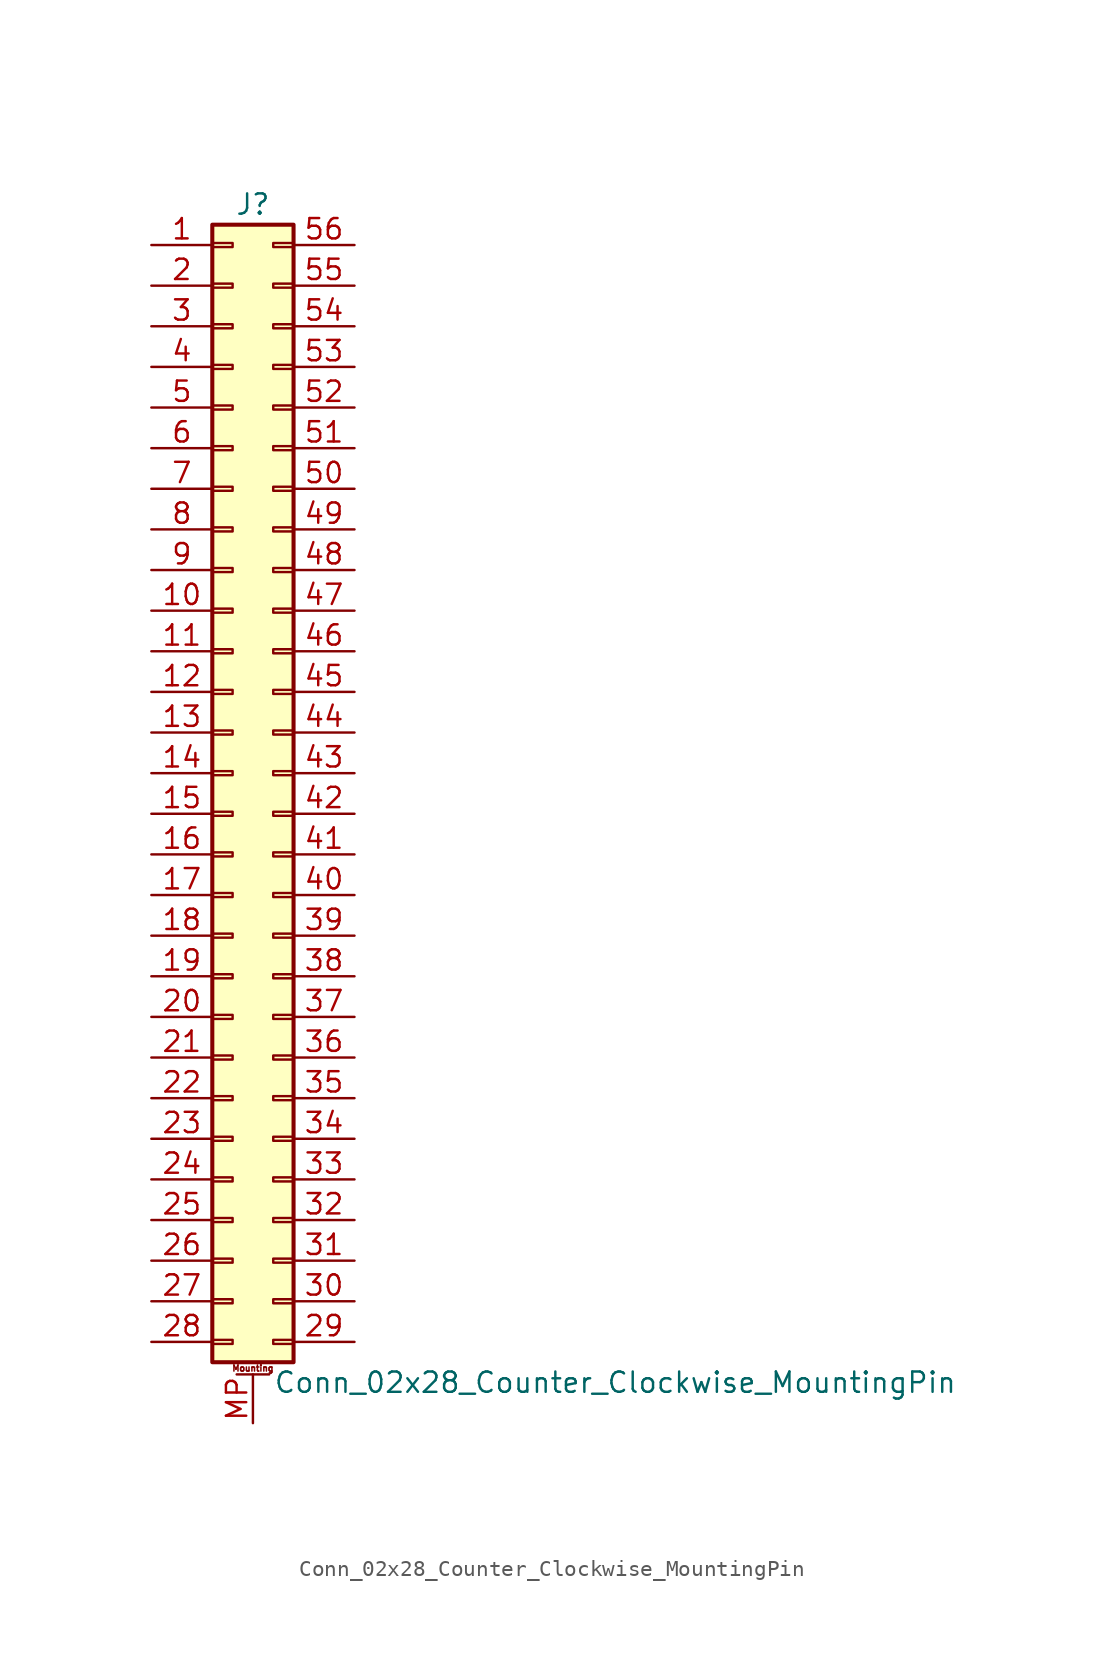
<source format=kicad_sym>
(kicad_symbol_lib
  (version 20220914)
  (generator kicad_symbol_editor)
  (symbol "Conn_02x28_Counter_Clockwise_MountingPin"
    (pin_names
      (offset 1.016) hide)
    (property "Reference" "J"
      (at 1.27 35.56 0)
      (effects (font (size 1.27 1.27))))
    (property "Value" "Conn_02x28_Counter_Clockwise_MountingPin"
      (at 2.54 -38.1 0)
      (effects (font (size 1.27 1.27)) (justify left)))
    (symbol "Conn_02x28_Counter_Clockwise_MountingPin_1_1"
      (rectangle (start -1.27 -35.433) (end 0 -35.687) (stroke (width 0.152) (type default)) (fill (type none)))
      (rectangle (start -1.27 -32.893) (end 0 -33.147) (stroke (width 0.152) (type default)) (fill (type none)))
      (rectangle (start -1.27 -30.353) (end 0 -30.607) (stroke (width 0.152) (type default)) (fill (type none)))
      (rectangle (start -1.27 -27.813) (end 0 -28.067) (stroke (width 0.152) (type default)) (fill (type none)))
      (rectangle (start -1.27 -25.273) (end 0 -25.527) (stroke (width 0.152) (type default)) (fill (type none)))
      (rectangle (start -1.27 -22.733) (end 0 -22.987) (stroke (width 0.152) (type default)) (fill (type none)))
      (rectangle (start -1.27 -20.193) (end 0 -20.447) (stroke (width 0.152) (type default)) (fill (type none)))
      (rectangle (start -1.27 -17.653) (end 0 -17.907) (stroke (width 0.152) (type default)) (fill (type none)))
      (rectangle (start -1.27 -15.113) (end 0 -15.367) (stroke (width 0.152) (type default)) (fill (type none)))
      (rectangle (start -1.27 -12.573) (end 0 -12.827) (stroke (width 0.152) (type default)) (fill (type none)))
      (rectangle (start -1.27 -10.033) (end 0 -10.287) (stroke (width 0.152) (type default)) (fill (type none)))
      (rectangle (start -1.27 -7.493) (end 0 -7.747) (stroke (width 0.152) (type default)) (fill (type none)))
      (rectangle (start -1.27 -4.953) (end 0 -5.207) (stroke (width 0.152) (type default)) (fill (type none)))
      (rectangle (start -1.27 -2.413) (end 0 -2.667) (stroke (width 0.152) (type default)) (fill (type none)))
      (rectangle (start -1.27 0.127) (end 0 -0.127) (stroke (width 0.152) (type default)) (fill (type none)))
      (rectangle (start -1.27 2.667) (end 0 2.413) (stroke (width 0.152) (type default)) (fill (type none)))
      (rectangle (start -1.27 5.207) (end 0 4.953) (stroke (width 0.152) (type default)) (fill (type none)))
      (rectangle (start -1.27 7.747) (end 0 7.493) (stroke (width 0.152) (type default)) (fill (type none)))
      (rectangle (start -1.27 10.287) (end 0 10.033) (stroke (width 0.152) (type default)) (fill (type none)))
      (rectangle (start -1.27 12.827) (end 0 12.573) (stroke (width 0.152) (type default)) (fill (type none)))
      (rectangle (start -1.27 15.367) (end 0 15.113) (stroke (width 0.152) (type default)) (fill (type none)))
      (rectangle (start -1.27 17.907) (end 0 17.653) (stroke (width 0.152) (type default)) (fill (type none)))
      (rectangle (start -1.27 20.447) (end 0 20.193) (stroke (width 0.152) (type default)) (fill (type none)))
      (rectangle (start -1.27 22.987) (end 0 22.733) (stroke (width 0.152) (type default)) (fill (type none)))
      (rectangle (start -1.27 25.527) (end 0 25.273) (stroke (width 0.152) (type default)) (fill (type none)))
      (rectangle (start -1.27 28.067) (end 0 27.813) (stroke (width 0.152) (type default)) (fill (type none)))
      (rectangle (start -1.27 30.607) (end 0 30.353) (stroke (width 0.152) (type default)) (fill (type none)))
      (rectangle (start -1.27 33.147) (end 0 32.893) (stroke (width 0.152) (type default)) (fill (type none)))
      (rectangle (start -1.27 34.29) (end 3.81 -36.83) (stroke (width 0.254) (type default)) (fill (type background)))
      (polyline (pts (xy 0.254 -37.592) (xy 2.286 -37.592)) (stroke (width 0.152) (type default)) (fill (type none)))
      (rectangle (start 3.81 -35.433) (end 2.54 -35.687) (stroke (width 0.152) (type default)) (fill (type none)))
      (rectangle (start 3.81 -32.893) (end 2.54 -33.147) (stroke (width 0.152) (type default)) (fill (type none)))
      (rectangle (start 3.81 -30.353) (end 2.54 -30.607) (stroke (width 0.152) (type default)) (fill (type none)))
      (rectangle (start 3.81 -27.813) (end 2.54 -28.067) (stroke (width 0.152) (type default)) (fill (type none)))
      (rectangle (start 3.81 -25.273) (end 2.54 -25.527) (stroke (width 0.152) (type default)) (fill (type none)))
      (rectangle (start 3.81 -22.733) (end 2.54 -22.987) (stroke (width 0.152) (type default)) (fill (type none)))
      (rectangle (start 3.81 -20.193) (end 2.54 -20.447) (stroke (width 0.152) (type default)) (fill (type none)))
      (rectangle (start 3.81 -17.653) (end 2.54 -17.907) (stroke (width 0.152) (type default)) (fill (type none)))
      (rectangle (start 3.81 -15.113) (end 2.54 -15.367) (stroke (width 0.152) (type default)) (fill (type none)))
      (rectangle (start 3.81 -12.573) (end 2.54 -12.827) (stroke (width 0.152) (type default)) (fill (type none)))
      (rectangle (start 3.81 -10.033) (end 2.54 -10.287) (stroke (width 0.152) (type default)) (fill (type none)))
      (rectangle (start 3.81 -7.493) (end 2.54 -7.747) (stroke (width 0.152) (type default)) (fill (type none)))
      (rectangle (start 3.81 -4.953) (end 2.54 -5.207) (stroke (width 0.152) (type default)) (fill (type none)))
      (rectangle (start 3.81 -2.413) (end 2.54 -2.667) (stroke (width 0.152) (type default)) (fill (type none)))
      (rectangle (start 3.81 0.127) (end 2.54 -0.127) (stroke (width 0.152) (type default)) (fill (type none)))
      (rectangle (start 3.81 2.667) (end 2.54 2.413) (stroke (width 0.152) (type default)) (fill (type none)))
      (rectangle (start 3.81 5.207) (end 2.54 4.953) (stroke (width 0.152) (type default)) (fill (type none)))
      (rectangle (start 3.81 7.747) (end 2.54 7.493) (stroke (width 0.152) (type default)) (fill (type none)))
      (rectangle (start 3.81 10.287) (end 2.54 10.033) (stroke (width 0.152) (type default)) (fill (type none)))
      (rectangle (start 3.81 12.827) (end 2.54 12.573) (stroke (width 0.152) (type default)) (fill (type none)))
      (rectangle (start 3.81 15.367) (end 2.54 15.113) (stroke (width 0.152) (type default)) (fill (type none)))
      (rectangle (start 3.81 17.907) (end 2.54 17.653) (stroke (width 0.152) (type default)) (fill (type none)))
      (rectangle (start 3.81 20.447) (end 2.54 20.193) (stroke (width 0.152) (type default)) (fill (type none)))
      (rectangle (start 3.81 22.987) (end 2.54 22.733) (stroke (width 0.152) (type default)) (fill (type none)))
      (rectangle (start 3.81 25.527) (end 2.54 25.273) (stroke (width 0.152) (type default)) (fill (type none)))
      (rectangle (start 3.81 28.067) (end 2.54 27.813) (stroke (width 0.152) (type default)) (fill (type none)))
      (rectangle (start 3.81 30.607) (end 2.54 30.353) (stroke (width 0.152) (type default)) (fill (type none)))
      (rectangle (start 3.81 33.147) (end 2.54 32.893) (stroke (width 0.152) (type default)) (fill (type none)))
      (text "Mounting" (at 1.27 -37.211 0) (effects (font (size 0.381 0.381))))
      (pin passive line (at -5.08 33.02 0) (length 3.81) (name "Pin_1" (effects (font (size 1.27 1.27)))) (number "1" (effects (font (size 1.27 1.27)))))
      (pin passive line (at -5.08 10.16 0) (length 3.81) (name "Pin_10" (effects (font (size 1.27 1.27)))) (number "10" (effects (font (size 1.27 1.27)))))
      (pin passive line (at -5.08 7.62 0) (length 3.81) (name "Pin_11" (effects (font (size 1.27 1.27)))) (number "11" (effects (font (size 1.27 1.27)))))
      (pin passive line (at -5.08 5.08 0) (length 3.81) (name "Pin_12" (effects (font (size 1.27 1.27)))) (number "12" (effects (font (size 1.27 1.27)))))
      (pin passive line (at -5.08 2.54 0) (length 3.81) (name "Pin_13" (effects (font (size 1.27 1.27)))) (number "13" (effects (font (size 1.27 1.27)))))
      (pin passive line (at -5.08 0 0) (length 3.81) (name "Pin_14" (effects (font (size 1.27 1.27)))) (number "14" (effects (font (size 1.27 1.27)))))
      (pin passive line (at -5.08 -2.54 0) (length 3.81) (name "Pin_15" (effects (font (size 1.27 1.27)))) (number "15" (effects (font (size 1.27 1.27)))))
      (pin passive line (at -5.08 -5.08 0) (length 3.81) (name "Pin_16" (effects (font (size 1.27 1.27)))) (number "16" (effects (font (size 1.27 1.27)))))
      (pin passive line (at -5.08 -7.62 0) (length 3.81) (name "Pin_17" (effects (font (size 1.27 1.27)))) (number "17" (effects (font (size 1.27 1.27)))))
      (pin passive line (at -5.08 -10.16 0) (length 3.81) (name "Pin_18" (effects (font (size 1.27 1.27)))) (number "18" (effects (font (size 1.27 1.27)))))
      (pin passive line (at -5.08 -12.7 0) (length 3.81) (name "Pin_19" (effects (font (size 1.27 1.27)))) (number "19" (effects (font (size 1.27 1.27)))))
      (pin passive line (at -5.08 30.48 0) (length 3.81) (name "Pin_2" (effects (font (size 1.27 1.27)))) (number "2" (effects (font (size 1.27 1.27)))))
      (pin passive line (at -5.08 -15.24 0) (length 3.81) (name "Pin_20" (effects (font (size 1.27 1.27)))) (number "20" (effects (font (size 1.27 1.27)))))
      (pin passive line (at -5.08 -17.78 0) (length 3.81) (name "Pin_21" (effects (font (size 1.27 1.27)))) (number "21" (effects (font (size 1.27 1.27)))))
      (pin passive line (at -5.08 -20.32 0) (length 3.81) (name "Pin_22" (effects (font (size 1.27 1.27)))) (number "22" (effects (font (size 1.27 1.27)))))
      (pin passive line (at -5.08 -22.86 0) (length 3.81) (name "Pin_23" (effects (font (size 1.27 1.27)))) (number "23" (effects (font (size 1.27 1.27)))))
      (pin passive line (at -5.08 -25.4 0) (length 3.81) (name "Pin_24" (effects (font (size 1.27 1.27)))) (number "24" (effects (font (size 1.27 1.27)))))
      (pin passive line (at -5.08 -27.94 0) (length 3.81) (name "Pin_25" (effects (font (size 1.27 1.27)))) (number "25" (effects (font (size 1.27 1.27)))))
      (pin passive line (at -5.08 -30.48 0) (length 3.81) (name "Pin_26" (effects (font (size 1.27 1.27)))) (number "26" (effects (font (size 1.27 1.27)))))
      (pin passive line (at -5.08 -33.02 0) (length 3.81) (name "Pin_27" (effects (font (size 1.27 1.27)))) (number "27" (effects (font (size 1.27 1.27)))))
      (pin passive line (at -5.08 -35.56 0) (length 3.81) (name "Pin_28" (effects (font (size 1.27 1.27)))) (number "28" (effects (font (size 1.27 1.27)))))
      (pin passive line (at 7.62 -35.56 180) (length 3.81) (name "Pin_29" (effects (font (size 1.27 1.27)))) (number "29" (effects (font (size 1.27 1.27)))))
      (pin passive line (at -5.08 27.94 0) (length 3.81) (name "Pin_3" (effects (font (size 1.27 1.27)))) (number "3" (effects (font (size 1.27 1.27)))))
      (pin passive line (at 7.62 -33.02 180) (length 3.81) (name "Pin_30" (effects (font (size 1.27 1.27)))) (number "30" (effects (font (size 1.27 1.27)))))
      (pin passive line (at 7.62 -30.48 180) (length 3.81) (name "Pin_31" (effects (font (size 1.27 1.27)))) (number "31" (effects (font (size 1.27 1.27)))))
      (pin passive line (at 7.62 -27.94 180) (length 3.81) (name "Pin_32" (effects (font (size 1.27 1.27)))) (number "32" (effects (font (size 1.27 1.27)))))
      (pin passive line (at 7.62 -25.4 180) (length 3.81) (name "Pin_33" (effects (font (size 1.27 1.27)))) (number "33" (effects (font (size 1.27 1.27)))))
      (pin passive line (at 7.62 -22.86 180) (length 3.81) (name "Pin_34" (effects (font (size 1.27 1.27)))) (number "34" (effects (font (size 1.27 1.27)))))
      (pin passive line (at 7.62 -20.32 180) (length 3.81) (name "Pin_35" (effects (font (size 1.27 1.27)))) (number "35" (effects (font (size 1.27 1.27)))))
      (pin passive line (at 7.62 -17.78 180) (length 3.81) (name "Pin_36" (effects (font (size 1.27 1.27)))) (number "36" (effects (font (size 1.27 1.27)))))
      (pin passive line (at 7.62 -15.24 180) (length 3.81) (name "Pin_37" (effects (font (size 1.27 1.27)))) (number "37" (effects (font (size 1.27 1.27)))))
      (pin passive line (at 7.62 -12.7 180) (length 3.81) (name "Pin_38" (effects (font (size 1.27 1.27)))) (number "38" (effects (font (size 1.27 1.27)))))
      (pin passive line (at 7.62 -10.16 180) (length 3.81) (name "Pin_39" (effects (font (size 1.27 1.27)))) (number "39" (effects (font (size 1.27 1.27)))))
      (pin passive line (at -5.08 25.4 0) (length 3.81) (name "Pin_4" (effects (font (size 1.27 1.27)))) (number "4" (effects (font (size 1.27 1.27)))))
      (pin passive line (at 7.62 -7.62 180) (length 3.81) (name "Pin_40" (effects (font (size 1.27 1.27)))) (number "40" (effects (font (size 1.27 1.27)))))
      (pin passive line (at 7.62 -5.08 180) (length 3.81) (name "Pin_41" (effects (font (size 1.27 1.27)))) (number "41" (effects (font (size 1.27 1.27)))))
      (pin passive line (at 7.62 -2.54 180) (length 3.81) (name "Pin_42" (effects (font (size 1.27 1.27)))) (number "42" (effects (font (size 1.27 1.27)))))
      (pin passive line (at 7.62 0 180) (length 3.81) (name "Pin_43" (effects (font (size 1.27 1.27)))) (number "43" (effects (font (size 1.27 1.27)))))
      (pin passive line (at 7.62 2.54 180) (length 3.81) (name "Pin_44" (effects (font (size 1.27 1.27)))) (number "44" (effects (font (size 1.27 1.27)))))
      (pin passive line (at 7.62 5.08 180) (length 3.81) (name "Pin_45" (effects (font (size 1.27 1.27)))) (number "45" (effects (font (size 1.27 1.27)))))
      (pin passive line (at 7.62 7.62 180) (length 3.81) (name "Pin_46" (effects (font (size 1.27 1.27)))) (number "46" (effects (font (size 1.27 1.27)))))
      (pin passive line (at 7.62 10.16 180) (length 3.81) (name "Pin_47" (effects (font (size 1.27 1.27)))) (number "47" (effects (font (size 1.27 1.27)))))
      (pin passive line (at 7.62 12.7 180) (length 3.81) (name "Pin_48" (effects (font (size 1.27 1.27)))) (number "48" (effects (font (size 1.27 1.27)))))
      (pin passive line (at 7.62 15.24 180) (length 3.81) (name "Pin_49" (effects (font (size 1.27 1.27)))) (number "49" (effects (font (size 1.27 1.27)))))
      (pin passive line (at -5.08 22.86 0) (length 3.81) (name "Pin_5" (effects (font (size 1.27 1.27)))) (number "5" (effects (font (size 1.27 1.27)))))
      (pin passive line (at 7.62 17.78 180) (length 3.81) (name "Pin_50" (effects (font (size 1.27 1.27)))) (number "50" (effects (font (size 1.27 1.27)))))
      (pin passive line (at 7.62 20.32 180) (length 3.81) (name "Pin_51" (effects (font (size 1.27 1.27)))) (number "51" (effects (font (size 1.27 1.27)))))
      (pin passive line (at 7.62 22.86 180) (length 3.81) (name "Pin_52" (effects (font (size 1.27 1.27)))) (number "52" (effects (font (size 1.27 1.27)))))
      (pin passive line (at 7.62 25.4 180) (length 3.81) (name "Pin_53" (effects (font (size 1.27 1.27)))) (number "53" (effects (font (size 1.27 1.27)))))
      (pin passive line (at 7.62 27.94 180) (length 3.81) (name "Pin_54" (effects (font (size 1.27 1.27)))) (number "54" (effects (font (size 1.27 1.27)))))
      (pin passive line (at 7.62 30.48 180) (length 3.81) (name "Pin_55" (effects (font (size 1.27 1.27)))) (number "55" (effects (font (size 1.27 1.27)))))
      (pin passive line (at 7.62 33.02 180) (length 3.81) (name "Pin_56" (effects (font (size 1.27 1.27)))) (number "56" (effects (font (size 1.27 1.27)))))
      (pin passive line (at -5.08 20.32 0) (length 3.81) (name "Pin_6" (effects (font (size 1.27 1.27)))) (number "6" (effects (font (size 1.27 1.27)))))
      (pin passive line (at -5.08 17.78 0) (length 3.81) (name "Pin_7" (effects (font (size 1.27 1.27)))) (number "7" (effects (font (size 1.27 1.27)))))
      (pin passive line (at -5.08 15.24 0) (length 3.81) (name "Pin_8" (effects (font (size 1.27 1.27)))) (number "8" (effects (font (size 1.27 1.27)))))
      (pin passive line (at -5.08 12.7 0) (length 3.81) (name "Pin_9" (effects (font (size 1.27 1.27)))) (number "9" (effects (font (size 1.27 1.27)))))
      (pin passive line (at 1.27 -40.64 90) (length 3.048) (name "MountPin" (effects (font (size 1.27 1.27)))) (number "MP" (effects (font (size 1.27 1.27))))))))
</source>
